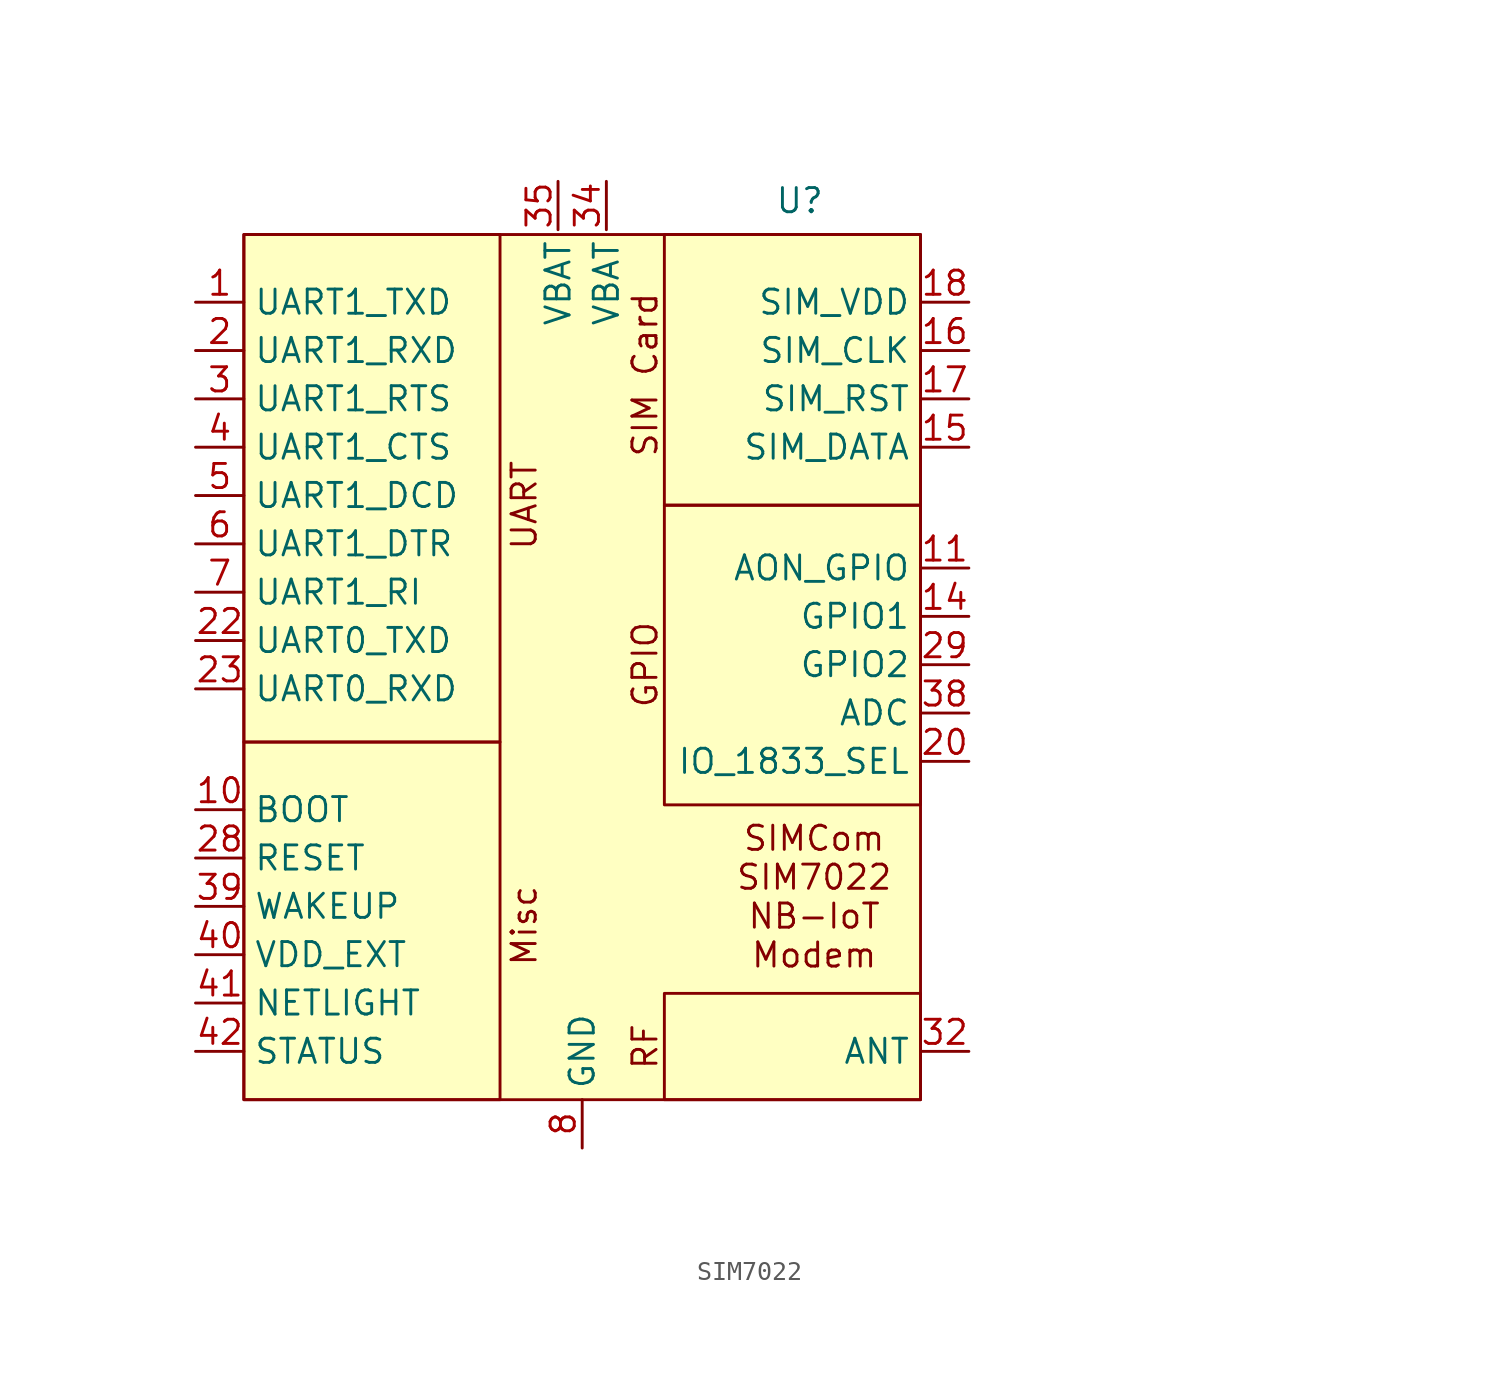
<source format=kicad_sym>
(kicad_symbol_lib
  (version 20231120)
  (generator "kicad_symbol_editor")
  (generator_version "8.0")
  (symbol "SIM7022"
    (property "Reference" "U"
      (at 11.43 35.814 0)
      (effects (font (size 1.27 1.27))))
    (property "Value" ""
      (at 38.1 -10.16 0)
      (effects (font (size 1.27 1.27))))
    (symbol "SIM7022_1_1"
      (rectangle (start -17.78 -11.43) (end -4.318 7.366) (stroke (width 0) (type default)) (fill (type none)))
      (rectangle (start -17.78 34.036) (end -4.318 7.366) (stroke (width 0) (type default)) (fill (type none)))
      (rectangle (start -17.78 34.036) (end 17.78 -11.43) (stroke (width 0) (type default)) (fill (type background)))
      (rectangle (start 4.318 -5.842) (end 17.78 -11.43) (stroke (width 0) (type default)) (fill (type none)))
      (rectangle (start 4.318 19.812) (end 17.78 4.064) (stroke (width 0) (type default)) (fill (type none)))
      (rectangle (start 4.318 19.812) (end 17.78 34.036) (stroke (width 0) (type default)) (fill (type none)))
      (text "GPIO" (at 3.302 11.43 900) (effects (font (size 1.27 1.27))))
      (text "Misc" (at -3.048 -2.286 900) (effects (font (size 1.27 1.27))))
      (text "RF" (at 3.302 -8.636 900) (effects (font (size 1.27 1.27))))
      (text "SIM Card" (at 3.302 26.67 900) (effects (font (size 1.27 1.27))))
      (text "SIMCom\nSIM7022\nNB-IoT\nModem" (at 12.192 -0.762 0) (effects (font (size 1.27 1.27))))
      (text "UART" (at -3.048 19.812 900) (effects (font (size 1.27 1.27))))
      (pin output line (at -20.32 30.48 0) (length 2.54) (name "UART1_TXD" (effects (font (size 1.27 1.27)))) (number "1" (effects (font (size 1.27 1.27)))))
      (pin input line (at -20.32 3.81 0) (length 2.54) (name "BOOT" (effects (font (size 1.27 1.27)))) (number "10" (effects (font (size 1.27 1.27)))))
      (pin bidirectional line (at 20.32 16.51 180) (length 2.54) (name "AON_GPIO" (effects (font (size 1.27 1.27)))) (number "11" (effects (font (size 1.27 1.27)))))
      (pin passive line (at 0 -13.97 90) (length 2.54) hide (name "GND" (effects (font (size 1.27 1.27)))) (number "13" (effects (font (size 1.27 1.27)))))
      (pin bidirectional line (at 20.32 13.97 180) (length 2.54) (name "GPIO1" (effects (font (size 1.27 1.27)))) (number "14" (effects (font (size 1.27 1.27)))))
      (pin bidirectional line (at 20.32 22.86 180) (length 2.54) (name "SIM_DATA" (effects (font (size 1.27 1.27)))) (number "15" (effects (font (size 1.27 1.27)))))
      (pin output line (at 20.32 27.94 180) (length 2.54) (name "SIM_CLK" (effects (font (size 1.27 1.27)))) (number "16" (effects (font (size 1.27 1.27)))))
      (pin output line (at 20.32 25.4 180) (length 2.54) (name "SIM_RST" (effects (font (size 1.27 1.27)))) (number "17" (effects (font (size 1.27 1.27)))))
      (pin power_out line (at 20.32 30.48 180) (length 2.54) (name "SIM_VDD" (effects (font (size 1.27 1.27)))) (number "18" (effects (font (size 1.27 1.27)))))
      (pin passive line (at 0 -13.97 90) (length 2.54) hide (name "GND" (effects (font (size 1.27 1.27)))) (number "19" (effects (font (size 1.27 1.27)))))
      (pin input line (at -20.32 27.94 0) (length 2.54) (name "UART1_RXD" (effects (font (size 1.27 1.27)))) (number "2" (effects (font (size 1.27 1.27)))))
      (pin input line (at 20.32 6.35 180) (length 2.54) (name "IO_1833_SEL" (effects (font (size 1.27 1.27)))) (number "20" (effects (font (size 1.27 1.27)))))
      (pin passive line (at 0 -13.97 90) (length 2.54) hide (name "GND" (effects (font (size 1.27 1.27)))) (number "21" (effects (font (size 1.27 1.27)))))
      (pin output line (at -20.32 12.7 0) (length 2.54) (name "UART0_TXD" (effects (font (size 1.27 1.27)))) (number "22" (effects (font (size 1.27 1.27)))))
      (pin input line (at -20.32 10.16 0) (length 2.54) (name "UART0_RXD" (effects (font (size 1.27 1.27)))) (number "23" (effects (font (size 1.27 1.27)))))
      (pin passive line (at 0 -13.97 90) (length 2.54) hide (name "GND" (effects (font (size 1.27 1.27)))) (number "27" (effects (font (size 1.27 1.27)))))
      (pin input line (at -20.32 1.27 0) (length 2.54) (name "RESET" (effects (font (size 1.27 1.27)))) (number "28" (effects (font (size 1.27 1.27)))))
      (pin bidirectional line (at 20.32 11.43 180) (length 2.54) (name "GPIO2" (effects (font (size 1.27 1.27)))) (number "29" (effects (font (size 1.27 1.27)))))
      (pin input line (at -20.32 25.4 0) (length 2.54) (name "UART1_RTS" (effects (font (size 1.27 1.27)))) (number "3" (effects (font (size 1.27 1.27)))))
      (pin passive line (at 0 -13.97 90) (length 2.54) hide (name "GND" (effects (font (size 1.27 1.27)))) (number "30" (effects (font (size 1.27 1.27)))))
      (pin passive line (at 0 -13.97 90) (length 2.54) hide (name "GND" (effects (font (size 1.27 1.27)))) (number "31" (effects (font (size 1.27 1.27)))))
      (pin output line (at 20.32 -8.89 180) (length 2.54) (name "ANT" (effects (font (size 1.27 1.27)))) (number "32" (effects (font (size 1.27 1.27)))))
      (pin passive line (at 0 -13.97 90) (length 2.54) hide (name "GND" (effects (font (size 1.27 1.27)))) (number "33" (effects (font (size 1.27 1.27)))))
      (pin power_in line (at 1.27 36.83 270) (length 2.54) (name "VBAT" (effects (font (size 1.27 1.27)))) (number "34" (effects (font (size 1.27 1.27)))))
      (pin power_in line (at -1.27 36.83 270) (length 2.54) (name "VBAT" (effects (font (size 1.27 1.27)))) (number "35" (effects (font (size 1.27 1.27)))))
      (pin passive line (at 0 -13.97 90) (length 2.54) hide (name "GND" (effects (font (size 1.27 1.27)))) (number "36" (effects (font (size 1.27 1.27)))))
      (pin passive line (at 0 -13.97 90) (length 2.54) hide (name "GND" (effects (font (size 1.27 1.27)))) (number "37" (effects (font (size 1.27 1.27)))))
      (pin input line (at 20.32 8.89 180) (length 2.54) (name "ADC" (effects (font (size 1.27 1.27)))) (number "38" (effects (font (size 1.27 1.27)))))
      (pin input line (at -20.32 -1.27 0) (length 2.54) (name "WAKEUP" (effects (font (size 1.27 1.27)))) (number "39" (effects (font (size 1.27 1.27)))))
      (pin output line (at -20.32 22.86 0) (length 2.54) (name "UART1_CTS" (effects (font (size 1.27 1.27)))) (number "4" (effects (font (size 1.27 1.27)))))
      (pin power_out line (at -20.32 -3.81 0) (length 2.54) (name "VDD_EXT" (effects (font (size 1.27 1.27)))) (number "40" (effects (font (size 1.27 1.27)))))
      (pin output line (at -20.32 -6.35 0) (length 2.54) (name "NETLIGHT" (effects (font (size 1.27 1.27)))) (number "41" (effects (font (size 1.27 1.27)))))
      (pin output line (at -20.32 -8.89 0) (length 2.54) (name "STATUS" (effects (font (size 1.27 1.27)))) (number "42" (effects (font (size 1.27 1.27)))))
      (pin output line (at -20.32 20.32 0) (length 2.54) (name "UART1_DCD" (effects (font (size 1.27 1.27)))) (number "5" (effects (font (size 1.27 1.27)))))
      (pin input line (at -20.32 17.78 0) (length 2.54) (name "UART1_DTR" (effects (font (size 1.27 1.27)))) (number "6" (effects (font (size 1.27 1.27)))))
      (pin output line (at -20.32 15.24 0) (length 2.54) (name "UART1_RI" (effects (font (size 1.27 1.27)))) (number "7" (effects (font (size 1.27 1.27)))))
      (pin power_in line (at 0 -13.97 90) (length 2.54) (name "GND" (effects (font (size 1.27 1.27)))) (number "8" (effects (font (size 1.27 1.27))))))))
</source>
